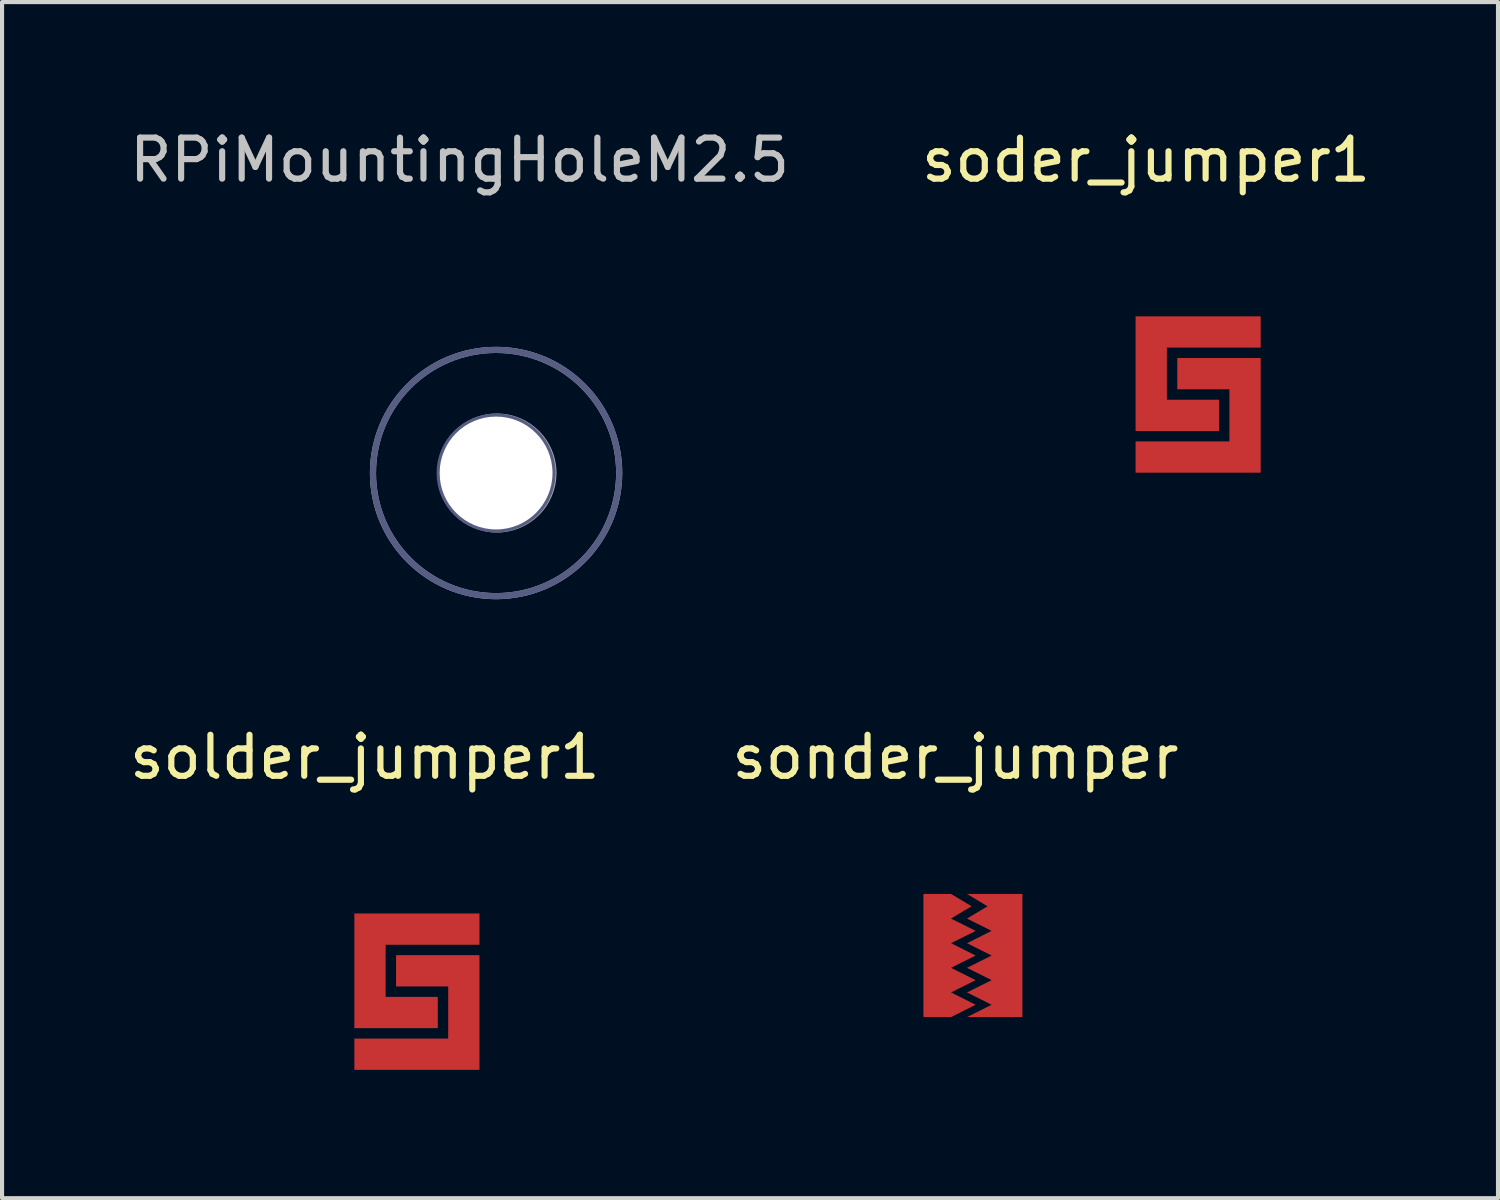
<source format=kicad_pcb>
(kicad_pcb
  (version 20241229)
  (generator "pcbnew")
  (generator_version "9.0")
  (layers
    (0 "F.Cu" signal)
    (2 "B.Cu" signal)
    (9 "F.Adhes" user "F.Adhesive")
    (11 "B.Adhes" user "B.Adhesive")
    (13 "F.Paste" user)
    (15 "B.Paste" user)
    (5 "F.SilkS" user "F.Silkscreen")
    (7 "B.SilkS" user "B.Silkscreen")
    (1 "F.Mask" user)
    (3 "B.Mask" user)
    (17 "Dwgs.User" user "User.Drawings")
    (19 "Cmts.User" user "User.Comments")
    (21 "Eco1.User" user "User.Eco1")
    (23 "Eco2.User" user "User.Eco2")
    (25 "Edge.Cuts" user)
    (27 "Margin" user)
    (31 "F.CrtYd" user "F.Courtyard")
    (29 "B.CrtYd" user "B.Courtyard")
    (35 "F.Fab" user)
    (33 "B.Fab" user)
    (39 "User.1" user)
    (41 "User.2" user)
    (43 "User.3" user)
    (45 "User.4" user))
  (footprint "sonder_jumper"
    (layer "F.Cu")
    (at 20.613 20.233)
    (property "Reference" "sonder_jumper" (at -0.381 -4.834 0) (layer "F.SilkS") (effects (font (size 1 1) (thickness 0.15))))
    (attr through_hole)
    (fp_poly (pts (xy 1.46 1.651) (xy 1.46 -1.651) (xy -1.333 -1.651) (xy -1.333 1.651)) (stroke (width 0) (type solid)) (fill yes) (layer "F.Mask"))
    (pad "1" smd custom (at -0.889 0) (size 0.5 3) (layers "F.Cu" "F.Mask" "F.Paste") (options (anchor rect)) (primitives (gr_poly (pts (xy -0.273 -1.5) (xy 0.4 -1.5) (xy 0.9 -1.2) (xy 0.4 -0.9) (xy 1 -0.6) (xy 0.4 -0.3) (xy 1 0) (xy 0.4 0.3) (xy 1 0.6) (xy 0.4 0.9) (xy 1 1.2) (xy 0.4 1.5) (xy -0.273 1.5)) (width 0) (fill yes))))
    (pad "2" smd custom (at 1 0) (size 0.5 3) (layers "F.Cu" "F.Mask" "F.Paste") (options (anchor rect)) (primitives (gr_poly (pts (xy 0.173 1.5) (xy -1.1 1.5) (xy -0.5 1.2) (xy -1.1 0.9) (xy -0.5 0.6) (xy -1.1 0.3) (xy -0.5 0) (xy -1.1 -0.3) (xy -0.5 -0.6) (xy -1.1 -0.9) (xy -0.6 -1.2) (xy -1.1 -1.5) (xy 0.173 -1.5)) (width 0) (fill yes)))))
  (footprint "RPiMountingHoleM2.5"
    (layer "F.Cu")
    (at 9.038 8.476)
    (property "Reference" "RPiMountingHoleM2.5" (at -0.889 -7.628 0) (layer "Dwgs.User") (effects (font (size 1 1) (thickness 0.15))))
    (attr through_hole)
    (fp_circle (center -0.004 0) (end 2.159 0) (stroke (width 1.625) (type solid)) (fill no) (layer "F.Mask"))
    (fp_circle (center 0 0) (end 2.163 0) (stroke (width 1.625) (type solid)) (fill no) (layer "B.Mask"))
    (fp_circle (center 0 0) (end 1.375 0) (stroke (width 0.15) (type solid)) (fill no) (layer "B.Fab"))
    (fp_circle (center 0 0) (end 3 0) (stroke (width 0.15) (type solid)) (fill no) (layer "B.Fab"))
    (fp_circle (center 0 0) (end 3 0) (stroke (width 0.15) (type solid)) (fill no) (layer "F.Fab"))
    (fp_circle (center 0.022 0) (end 1.397 0) (stroke (width 0.15) (type solid)) (fill no) (layer "F.Fab"))
    (pad "" np_thru_hole circle (at 0 0) (size 2.75 2.75) (drill 2.75) (layers "*.Cu" "*.Mask")))
  (footprint "solder_jumper1"
    (layer "F.Cu")
    (at 5.839 19.971)
    (property "Reference" "solder_jumper1" (at 0 -4.572 0) (layer "F.SilkS") (effects (font (size 1 1) (thickness 0.15))))
    (attr through_hole)
    (fp_poly (pts (xy 2.921 3.175) (xy 2.921 -0.889) (xy -0.381 -0.889) (xy -0.381 3.175)) (stroke (width 0) (type solid)) (fill yes) (layer "F.Mask"))
    (pad "1" smd custom (at 1.27 -0.254) (size 0.5 0.5) (layers "F.Cu" "F.Mask" "F.Paste") (options (anchor rect)) (primitives (gr_poly (pts (xy 1.524 0.254) (xy 1.524 -0.508) (xy -1.524 -0.508) (xy -1.524 2.286) (xy 0.508 2.286) (xy 0.508 1.524) (xy -0.762 1.524) (xy -0.762 0.254)) (width 0) (fill yes))))
    (pad "2" smd custom (at 1.27 2.54) (size 0.5 0.5) (layers "F.Cu" "F.Mask" "F.Paste") (options (anchor rect)) (primitives (gr_poly (pts (xy -1.524 -0.254) (xy -1.524 0.508) (xy 1.524 0.508) (xy 1.524 -2.286) (xy -0.508 -2.286) (xy -0.508 -1.524) (xy 0.762 -1.524) (xy 0.762 -0.254)) (width 0) (fill yes)))))
  (footprint "soder_jumper1"
    (layer "F.Cu")
    (at 24.875 5.42)
    (property "Reference" "soder_jumper1" (at 0 -4.572 0) (layer "F.SilkS") (effects (font (size 1 1) (thickness 0.15))))
    (attr through_hole)
    (fp_poly (pts (xy -0.254 2.286) (xy -0.254 3.048) (xy 2.794 3.048) (xy 2.794 0.254) (xy 0.762 0.254) (xy 0.762 1.016) (xy 2.032 1.016) (xy 2.032 2.286)) (stroke (width 0) (type solid)) (fill yes) (layer "F.Cu"))
    (fp_poly (pts (xy 2.794 0) (xy 2.794 -0.762) (xy -0.254 -0.762) (xy -0.254 2.032) (xy 1.778 2.032) (xy 1.778 1.27) (xy 0.508 1.27) (xy 0.508 0)) (stroke (width 0) (type solid)) (fill yes) (layer "F.Cu")))
  (gr_rect
    (start -3 -3)
    (end 33.452 26.146)
    (stroke (width 0.1) (type default))
    (fill no)
    (layer "Edge.Cuts")))
</source>
